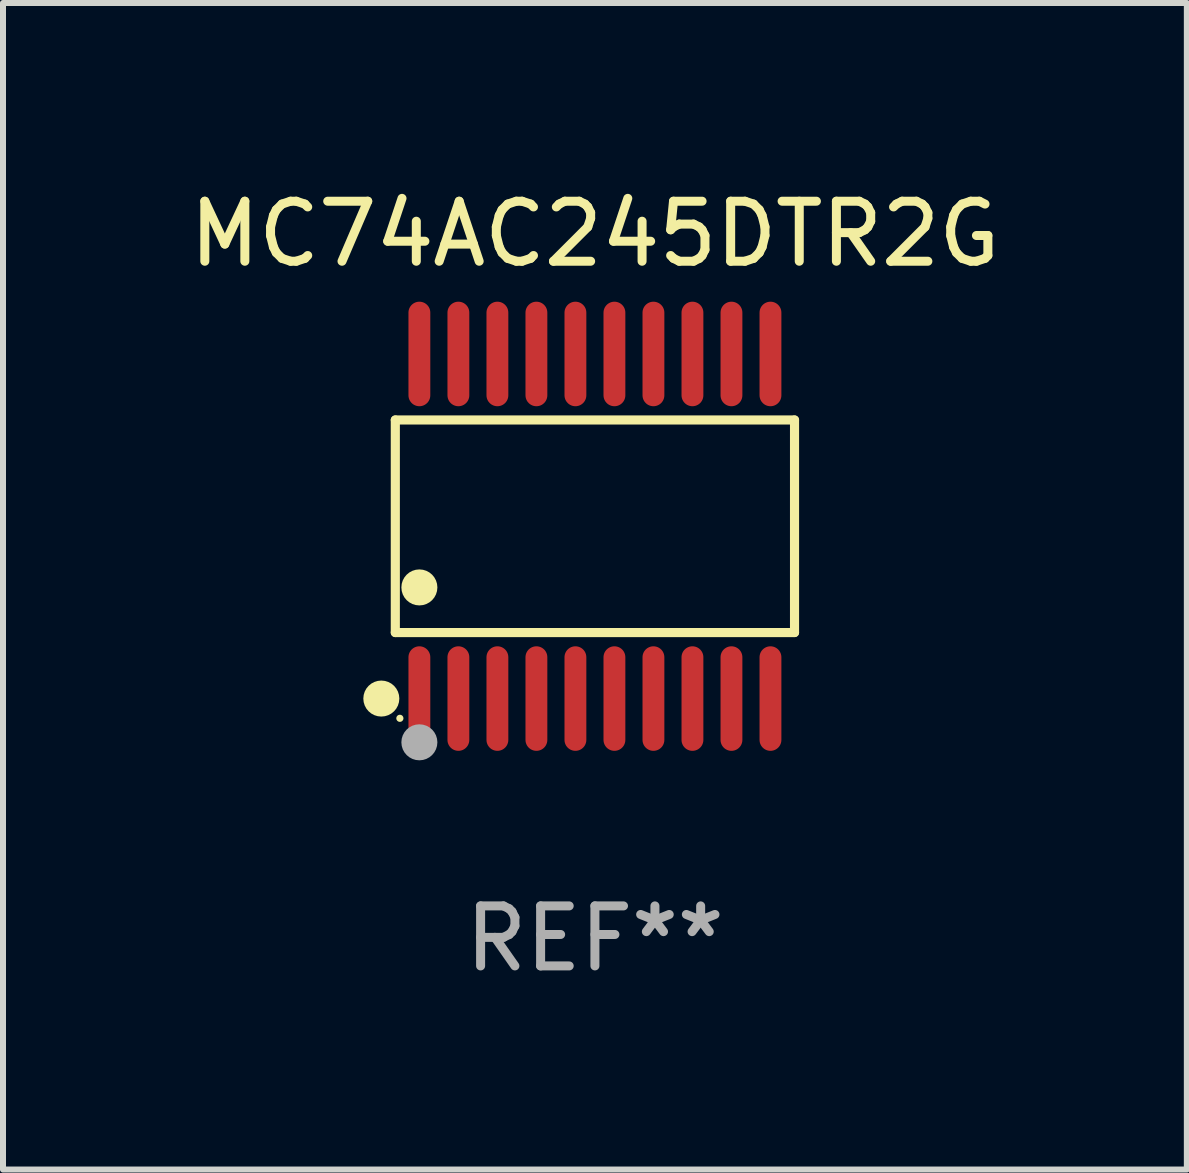
<source format=kicad_pcb>
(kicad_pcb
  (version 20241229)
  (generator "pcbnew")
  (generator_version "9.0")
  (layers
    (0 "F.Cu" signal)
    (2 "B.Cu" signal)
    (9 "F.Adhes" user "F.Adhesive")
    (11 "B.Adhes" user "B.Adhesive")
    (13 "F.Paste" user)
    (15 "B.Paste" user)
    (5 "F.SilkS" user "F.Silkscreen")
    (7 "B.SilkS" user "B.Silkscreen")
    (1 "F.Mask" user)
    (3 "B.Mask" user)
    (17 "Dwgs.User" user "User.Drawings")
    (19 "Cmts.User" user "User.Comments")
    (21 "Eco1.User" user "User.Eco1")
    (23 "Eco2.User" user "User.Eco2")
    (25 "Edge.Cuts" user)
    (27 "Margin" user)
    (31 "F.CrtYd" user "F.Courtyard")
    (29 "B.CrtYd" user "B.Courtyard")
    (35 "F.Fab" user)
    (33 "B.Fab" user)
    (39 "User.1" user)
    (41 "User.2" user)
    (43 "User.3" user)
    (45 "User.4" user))
  (footprint "MC74AC245DTR2G"
    (layer "F.Cu")
    (at 6.863 5.719)
    (property "Reference" "MC74AC245DTR2G" (at 0 -4.871 0) (layer "F.SilkS") (effects (font (size 1 1) (thickness 0.15))))
    (attr through_hole)
    (fp_line (start -3.326 -1.771) (end 3.326 -1.771) (stroke (width 0.152) (type solid)) (layer "F.SilkS"))
    (fp_line (start -3.326 1.771) (end -3.326 -1.771) (stroke (width 0.152) (type solid)) (layer "F.SilkS"))
    (fp_line (start 3.326 -1.771) (end 3.326 1.771) (stroke (width 0.152) (type solid)) (layer "F.SilkS"))
    (fp_line (start 3.326 1.771) (end -3.326 1.771) (stroke (width 0.152) (type solid)) (layer "F.SilkS"))
    (fp_circle (center -3.559 2.871) (end -3.409 2.871) (stroke (width 0.3) (type solid)) (fill no) (layer "F.SilkS"))
    (fp_circle (center -3.25 3.2) (end -3.22 3.2) (stroke (width 0.06) (type solid)) (fill no) (layer "F.SilkS"))
    (fp_circle (center -2.925 1.019) (end -2.775 1.019) (stroke (width 0.3) (type solid)) (fill no) (layer "F.SilkS"))
    (fp_circle (center -2.925 3.6) (end -2.775 3.6) (stroke (width 0.3) (type solid)) (fill no) (layer "F.Fab"))
    (fp_text user "REF**" (at 0 6.871 0) (layer "F.Fab") (effects (font (size 1 1) (thickness 0.15))))
    (pad "1" smd oval (at -2.925 2.871) (size 0.364 1.742) (layers "F.Cu" "F.Mask" "F.Paste"))
    (pad "2" smd oval (at -2.275 2.871) (size 0.364 1.742) (layers "F.Cu" "F.Mask" "F.Paste"))
    (pad "3" smd oval (at -1.625 2.871) (size 0.364 1.742) (layers "F.Cu" "F.Mask" "F.Paste"))
    (pad "4" smd oval (at -0.975 2.871) (size 0.364 1.742) (layers "F.Cu" "F.Mask" "F.Paste"))
    (pad "5" smd oval (at -0.325 2.871) (size 0.364 1.742) (layers "F.Cu" "F.Mask" "F.Paste"))
    (pad "6" smd oval (at 0.325 2.871) (size 0.364 1.742) (layers "F.Cu" "F.Mask" "F.Paste"))
    (pad "7" smd oval (at 0.975 2.871) (size 0.364 1.742) (layers "F.Cu" "F.Mask" "F.Paste"))
    (pad "8" smd oval (at 1.625 2.871) (size 0.364 1.742) (layers "F.Cu" "F.Mask" "F.Paste"))
    (pad "9" smd oval (at 2.275 2.871) (size 0.364 1.742) (layers "F.Cu" "F.Mask" "F.Paste"))
    (pad "10" smd oval (at 2.925 2.871) (size 0.364 1.742) (layers "F.Cu" "F.Mask" "F.Paste"))
    (pad "11" smd oval (at 2.925 -2.871) (size 0.364 1.742) (layers "F.Cu" "F.Mask" "F.Paste"))
    (pad "12" smd oval (at 2.275 -2.871) (size 0.364 1.742) (layers "F.Cu" "F.Mask" "F.Paste"))
    (pad "13" smd oval (at 1.625 -2.871) (size 0.364 1.742) (layers "F.Cu" "F.Mask" "F.Paste"))
    (pad "14" smd oval (at 0.975 -2.871) (size 0.364 1.742) (layers "F.Cu" "F.Mask" "F.Paste"))
    (pad "15" smd oval (at 0.325 -2.871) (size 0.364 1.742) (layers "F.Cu" "F.Mask" "F.Paste"))
    (pad "16" smd oval (at -0.325 -2.871) (size 0.364 1.742) (layers "F.Cu" "F.Mask" "F.Paste"))
    (pad "17" smd oval (at -0.975 -2.871) (size 0.364 1.742) (layers "F.Cu" "F.Mask" "F.Paste"))
    (pad "18" smd oval (at -1.625 -2.871) (size 0.364 1.742) (layers "F.Cu" "F.Mask" "F.Paste"))
    (pad "19" smd oval (at -2.275 -2.871) (size 0.364 1.742) (layers "F.Cu" "F.Mask" "F.Paste"))
    (pad "20" smd oval (at -2.925 -2.871) (size 0.364 1.742) (layers "F.Cu" "F.Mask" "F.Paste")))
  (gr_rect
    (start -3 -3)
    (end 16.726 16.438)
    (stroke (width 0.1) (type default))
    (fill no)
    (layer "Edge.Cuts")))
</source>
